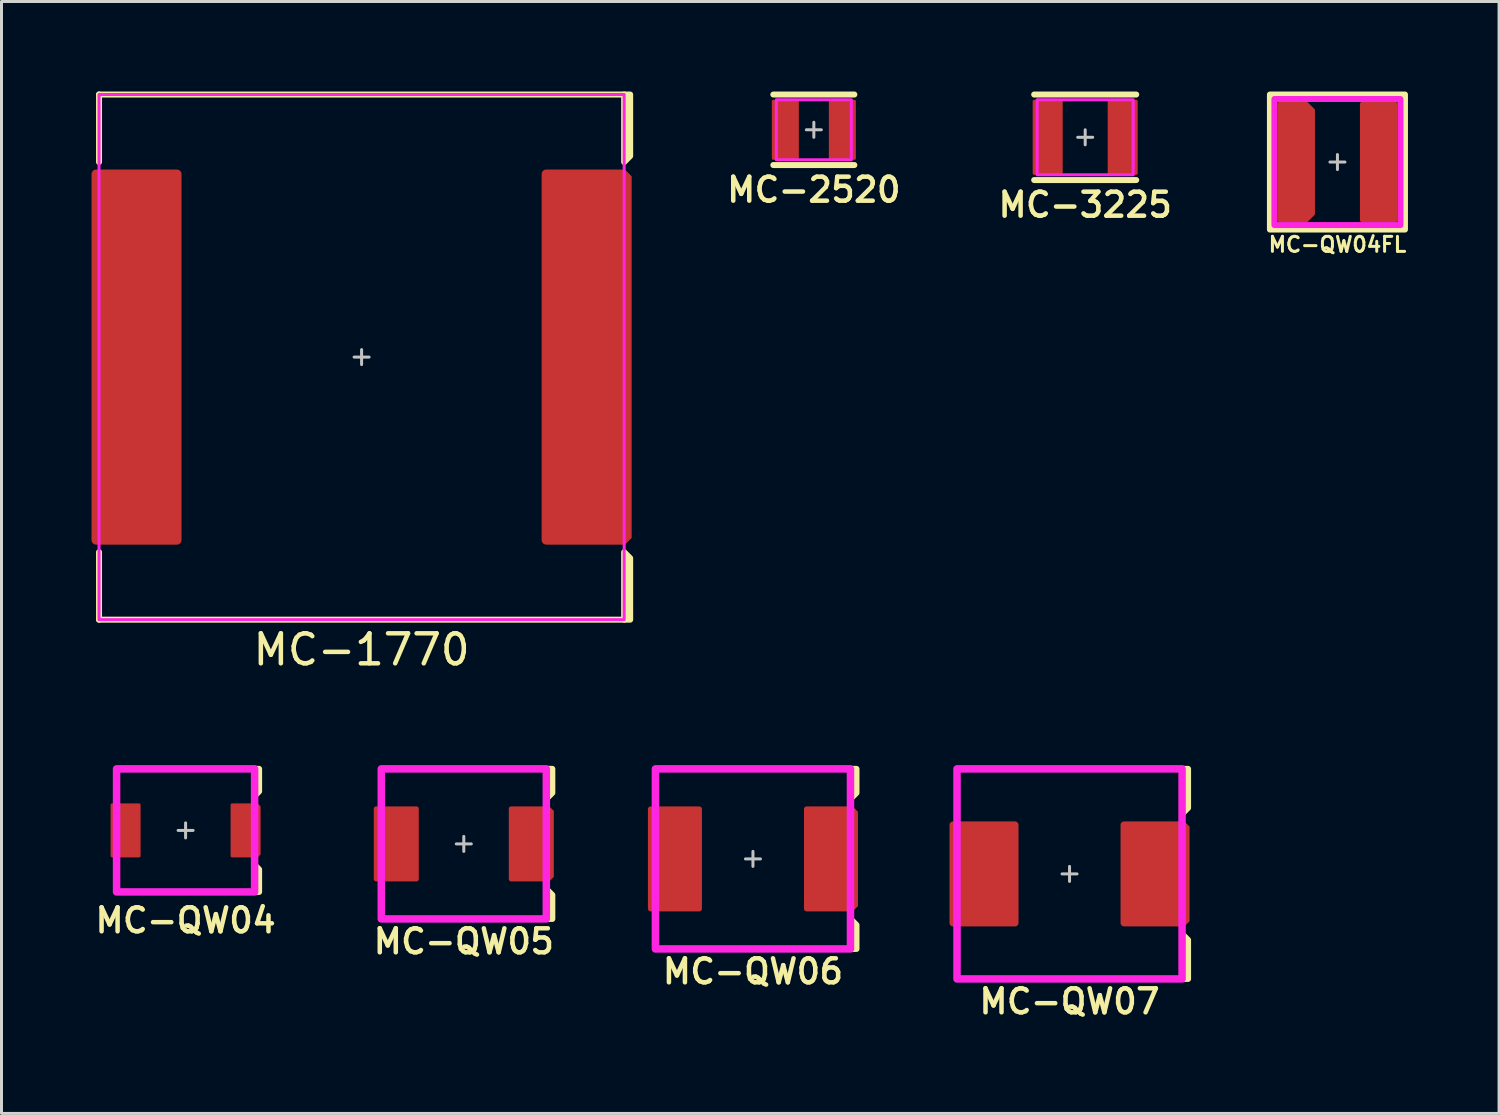
<source format=kicad_pcb>
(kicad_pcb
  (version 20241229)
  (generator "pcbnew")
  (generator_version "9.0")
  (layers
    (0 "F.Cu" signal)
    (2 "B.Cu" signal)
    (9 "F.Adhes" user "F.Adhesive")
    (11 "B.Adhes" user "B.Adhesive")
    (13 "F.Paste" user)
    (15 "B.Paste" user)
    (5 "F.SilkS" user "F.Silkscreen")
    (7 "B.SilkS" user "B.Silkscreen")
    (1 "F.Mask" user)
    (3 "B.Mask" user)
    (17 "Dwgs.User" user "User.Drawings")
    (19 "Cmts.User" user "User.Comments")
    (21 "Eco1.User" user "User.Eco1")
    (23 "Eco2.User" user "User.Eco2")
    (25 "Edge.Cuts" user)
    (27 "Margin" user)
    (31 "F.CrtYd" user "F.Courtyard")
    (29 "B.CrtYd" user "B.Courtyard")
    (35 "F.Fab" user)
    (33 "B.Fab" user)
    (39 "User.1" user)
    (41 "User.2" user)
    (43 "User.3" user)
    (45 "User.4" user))
  (footprint "MC-QW06"
    (layer "F.Cu")
    (at 22.042 25.573)
    (property "Reference" "MC-QW06" (at 0 3.75 0) (unlocked yes) (layer "F.SilkS") (effects (font (size 0.8 0.8) (thickness 0.15))))
    (attr smd)
    (fp_line (start -3.25 -3) (end 3.25 -3) (stroke (width 0.2) (type solid)) (layer "F.SilkS"))
    (fp_line (start -3.25 -2) (end -3.25 -3) (stroke (width 0.2) (type solid)) (layer "F.SilkS"))
    (fp_line (start -3.25 3) (end -3.25 2) (stroke (width 0.2) (type solid)) (layer "F.SilkS"))
    (fp_line (start 3.25 3) (end -3.25 3) (stroke (width 0.2) (type solid)) (layer "F.SilkS"))
    (fp_poly (pts (xy 3.25 -2) (xy 3.45 -2.2) (xy 3.45 -3) (xy 3.25 -3)) (stroke (width 0.2) (type solid)) (fill yes) (layer "F.SilkS"))
    (fp_poly (pts (xy 3.25 2) (xy 3.45 2.2) (xy 3.45 3) (xy 3.25 3)) (stroke (width 0.2) (type solid)) (fill yes) (layer "F.SilkS"))
    (fp_poly (pts (xy -1.85 -0.1) (xy -3.35 -0.1) (xy -3.35 -1.6) (xy -1.85 -1.6)) (stroke (width 0) (type solid)) (fill yes) (layer "F.Paste"))
    (fp_poly (pts (xy -1.85 1.6) (xy -3.35 1.6) (xy -3.35 0.1) (xy -1.85 0.1)) (stroke (width 0) (type solid)) (fill yes) (layer "F.Paste"))
    (fp_poly (pts (xy 1.85 -0.1) (xy 3.35 -0.1) (xy 3.35 -1.5) (xy 3.25 -1.6) (xy 1.85 -1.6)) (stroke (width 0) (type solid)) (fill yes) (layer "F.Paste"))
    (fp_poly (pts (xy 1.85 0.1) (xy 3.35 0.1) (xy 3.35 1.5) (xy 3.25 1.6) (xy 1.85 1.6)) (stroke (width 0) (type solid)) (fill yes) (layer "F.Paste"))
    (fp_line (start -0.25 0) (end 0.25 0) (stroke (width 0.1) (type solid)) (layer "Dwgs.User"))
    (fp_line (start 0 -0.25) (end 0 0.25) (stroke (width 0.1) (type solid)) (layer "Dwgs.User"))
    (fp_rect (start -3.25 -3) (end 3.25 3) (stroke (width 0.25) (type solid)) (fill no) (layer "F.CrtYd"))
    (pad "1" smd roundrect (at 2.6 0 90) (size 3.5 1.8) (layers "F.Cu" "F.Mask") (roundrect_rratio 0.05) (chamfer_ratio 0.1) (chamfer bottom_left bottom_right))
    (pad "2" smd roundrect (at -2.6 0 90) (size 3.5 1.8) (layers "F.Cu" "F.Mask") (roundrect_rratio 0.05)))
  (footprint "MC-2520"
    (layer "F.Cu")
    (at 24.071 1.275)
    (property "Reference" "MC-2520" (at 0 2 0) (unlocked yes) (layer "F.SilkS") (effects (font (size 0.8 0.8) (thickness 0.15))))
    (attr smd)
    (fp_line (start -1.35 -1.175) (end 1.35 -1.175) (stroke (width 0.2) (type solid)) (layer "F.SilkS"))
    (fp_line (start -1.35 1.175) (end 1.35 1.175) (stroke (width 0.2) (type solid)) (layer "F.SilkS"))
    (fp_line (start -0.25 0) (end 0.25 0) (stroke (width 0.1) (type solid)) (layer "Dwgs.User"))
    (fp_line (start 0 -0.25) (end 0 0.25) (stroke (width 0.1) (type solid)) (layer "Dwgs.User"))
    (fp_rect (start -1.25 -1) (end 1.25 1) (stroke (width 0.1) (type solid)) (fill no) (layer "F.CrtYd"))
    (pad "1" smd roundrect (at -0.95 0 90) (size 2 0.9) (layers "F.Cu" "F.Mask" "F.Paste") (roundrect_rratio 0.05))
    (pad "2" smd roundrect (at 0.95 0 90) (size 2 0.9) (layers "F.Cu" "F.Mask" "F.Paste") (roundrect_rratio 0.05)))
  (footprint "MC-QW05"
    (layer "F.Cu")
    (at 12.406 25.073)
    (property "Reference" "MC-QW05" (at 0 3.25 0) (unlocked yes) (layer "F.SilkS") (effects (font (size 0.8 0.8) (thickness 0.15))))
    (attr smd)
    (fp_line (start -2.75 -2.5) (end 2.75 -2.5) (stroke (width 0.2) (type solid)) (layer "F.SilkS"))
    (fp_line (start -2.75 -1.5) (end -2.75 -2.5) (stroke (width 0.2) (type solid)) (layer "F.SilkS"))
    (fp_line (start -2.75 2.5) (end -2.75 1.5) (stroke (width 0.2) (type solid)) (layer "F.SilkS"))
    (fp_line (start 2.75 2.5) (end -2.75 2.5) (stroke (width 0.2) (type solid)) (layer "F.SilkS"))
    (fp_poly (pts (xy 2.75 -1.5) (xy 2.95 -1.7) (xy 2.95 -2.5) (xy 2.75 -2.5)) (stroke (width 0.2) (type solid)) (fill yes) (layer "F.SilkS"))
    (fp_poly (pts (xy 2.75 1.5) (xy 2.95 1.7) (xy 2.95 2.5) (xy 2.75 2.5)) (stroke (width 0.2) (type solid)) (fill yes) (layer "F.SilkS"))
    (fp_poly (pts (xy -1.65 -0.1) (xy -2.85 -0.1) (xy -2.85 -1.1) (xy -1.65 -1.1)) (stroke (width 0) (type solid)) (fill yes) (layer "F.Paste"))
    (fp_poly (pts (xy -1.65 1.1) (xy -2.85 1.1) (xy -2.85 0.1) (xy -1.65 0.1)) (stroke (width 0) (type solid)) (fill yes) (layer "F.Paste"))
    (fp_poly (pts (xy 2.85 -1) (xy 2.85 -0.1) (xy 1.65 -0.1) (xy 1.65 -1.1) (xy 2.75 -1.1)) (stroke (width 0) (type solid)) (fill yes) (layer "F.Paste"))
    (fp_poly (pts (xy 2.85 1) (xy 2.85 0.1) (xy 1.65 0.1) (xy 1.65 1.1) (xy 2.75 1.1)) (stroke (width 0) (type solid)) (fill yes) (layer "F.Paste"))
    (fp_line (start -0.25 0) (end 0.25 0) (stroke (width 0.1) (type solid)) (layer "Dwgs.User"))
    (fp_line (start 0 -0.25) (end 0 0.25) (stroke (width 0.1) (type solid)) (layer "Dwgs.User"))
    (fp_rect (start -2.75 -2.5) (end 2.75 2.5) (stroke (width 0.25) (type solid)) (fill no) (layer "F.CrtYd"))
    (pad "1" smd roundrect (at 2.25 0 90) (size 2.5 1.5) (layers "F.Cu" "F.Mask") (roundrect_rratio 0.05) (chamfer_ratio 0.1) (chamfer bottom_left bottom_right))
    (pad "2" smd roundrect (at -2.25 0 90) (size 2.5 1.5) (layers "F.Cu" "F.Mask") (roundrect_rratio 0.05)))
  (footprint "MC-1770"
    (layer "F.Cu")
    (at 9 8.85)
    (property "Reference" "MC-1770" (at 0 9.75 0) (unlocked yes) (layer "F.SilkS") (effects (font (size 1 1) (thickness 0.15))))
    (attr smd)
    (fp_line (start -8.75 -8.75) (end 8.75 -8.75) (stroke (width 0.2) (type solid)) (layer "F.SilkS"))
    (fp_line (start -8.75 -6.5) (end -8.75 -8.75) (stroke (width 0.2) (type solid)) (layer "F.SilkS"))
    (fp_line (start -8.75 8.75) (end -8.75 6.5) (stroke (width 0.2) (type solid)) (layer "F.SilkS"))
    (fp_line (start 8.75 8.75) (end -8.75 8.75) (stroke (width 0.2) (type solid)) (layer "F.SilkS"))
    (fp_poly (pts (xy 8.75 -6.5) (xy 8.95 -6.7) (xy 8.95 -8.75) (xy 8.75 -8.75)) (stroke (width 0.2) (type solid)) (fill yes) (layer "F.SilkS"))
    (fp_poly (pts (xy 8.75 6.5) (xy 8.95 6.7) (xy 8.95 8.75) (xy 8.75 8.75)) (stroke (width 0.2) (type solid)) (fill yes) (layer "F.SilkS"))
    (fp_poly (pts (xy -8.85 4.35) (xy -7.6 4.35) (xy -7.6 6.1) (xy -8.85 6.1)) (stroke (width 0) (type solid)) (fill yes) (layer "F.Paste"))
    (fp_poly (pts (xy -8.85 -6.1) (xy -7.6 -6.1) (xy -7.6 -4.35) (xy -8.85 -4.35)) (stroke (width 0) (type solid)) (fill yes) (layer "F.Paste"))
    (fp_poly (pts (xy -8.85 -4.15) (xy -7.6 -4.15) (xy -7.6 -2.4) (xy -8.85 -2.4)) (stroke (width 0) (type solid)) (fill yes) (layer "F.Paste"))
    (fp_poly (pts (xy -8.85 -2.2) (xy -7.6 -2.2) (xy -7.6 -0.15) (xy -8.85 -0.15)) (stroke (width 0) (type solid)) (fill yes) (layer "F.Paste"))
    (fp_poly (pts (xy -8.85 0.15) (xy -7.6 0.15) (xy -7.6 2.2) (xy -8.85 2.2)) (stroke (width 0) (type solid)) (fill yes) (layer "F.Paste"))
    (fp_poly (pts (xy -8.85 2.4) (xy -7.6 2.4) (xy -7.6 4.15) (xy -8.85 4.15)) (stroke (width 0) (type solid)) (fill yes) (layer "F.Paste"))
    (fp_poly (pts (xy -7.4 -6.1) (xy -6.15 -6.1) (xy -6.15 -4.35) (xy -7.4 -4.35)) (stroke (width 0) (type solid)) (fill yes) (layer "F.Paste"))
    (fp_poly (pts (xy -7.4 -4.15) (xy -6.15 -4.15) (xy -6.15 -2.4) (xy -7.4 -2.4)) (stroke (width 0) (type solid)) (fill yes) (layer "F.Paste"))
    (fp_poly (pts (xy -7.4 -2.2) (xy -6.15 -2.2) (xy -6.15 -0.15) (xy -7.4 -0.15)) (stroke (width 0) (type solid)) (fill yes) (layer "F.Paste"))
    (fp_poly (pts (xy -7.4 0.15) (xy -6.15 0.15) (xy -6.15 2.2) (xy -7.4 2.2)) (stroke (width 0) (type solid)) (fill yes) (layer "F.Paste"))
    (fp_poly (pts (xy -7.4 2.4) (xy -6.15 2.4) (xy -6.15 4.15) (xy -7.4 4.15)) (stroke (width 0) (type solid)) (fill yes) (layer "F.Paste"))
    (fp_poly (pts (xy -7.4 4.35) (xy -6.15 4.35) (xy -6.15 6.1) (xy -7.4 6.1)) (stroke (width 0) (type solid)) (fill yes) (layer "F.Paste"))
    (fp_poly (pts (xy 6.15 -6.1) (xy 7.4 -6.1) (xy 7.4 -4.35) (xy 6.15 -4.35)) (stroke (width 0) (type solid)) (fill yes) (layer "F.Paste"))
    (fp_poly (pts (xy 6.15 -4.15) (xy 7.4 -4.15) (xy 7.4 -2.4) (xy 6.15 -2.4)) (stroke (width 0) (type solid)) (fill yes) (layer "F.Paste"))
    (fp_poly (pts (xy 6.15 -2.2) (xy 7.4 -2.2) (xy 7.4 -0.15) (xy 6.15 -0.15)) (stroke (width 0) (type solid)) (fill yes) (layer "F.Paste"))
    (fp_poly (pts (xy 6.15 0.15) (xy 7.4 0.15) (xy 7.4 2.2) (xy 6.15 2.2)) (stroke (width 0) (type solid)) (fill yes) (layer "F.Paste"))
    (fp_poly (pts (xy 6.15 2.4) (xy 7.4 2.4) (xy 7.4 4.15) (xy 6.15 4.15)) (stroke (width 0) (type solid)) (fill yes) (layer "F.Paste"))
    (fp_poly (pts (xy 6.15 4.35) (xy 7.4 4.35) (xy 7.4 6.1) (xy 6.15 6.1)) (stroke (width 0) (type solid)) (fill yes) (layer "F.Paste"))
    (fp_poly (pts (xy 7.6 -4.15) (xy 8.85 -4.15) (xy 8.85 -2.4) (xy 7.6 -2.4)) (stroke (width 0) (type solid)) (fill yes) (layer "F.Paste"))
    (fp_poly (pts (xy 7.6 -2.2) (xy 8.85 -2.2) (xy 8.85 -0.15) (xy 7.6 -0.15)) (stroke (width 0) (type solid)) (fill yes) (layer "F.Paste"))
    (fp_poly (pts (xy 7.6 2.4) (xy 8.85 2.4) (xy 8.85 4.15) (xy 7.6 4.15)) (stroke (width 0) (type solid)) (fill yes) (layer "F.Paste"))
    (fp_poly (pts (xy 7.6 0.15) (xy 8.85 0.15) (xy 8.85 2.2) (xy 7.6 2.2)) (stroke (width 0) (type solid)) (fill yes) (layer "F.Paste"))
    (fp_poly (pts (xy 7.6 -4.35) (xy 8.85 -4.35) (xy 8.85 -6) (xy 8.75 -6.1) (xy 7.6 -6.1)) (stroke (width 0) (type solid)) (fill yes) (layer "F.Paste"))
    (fp_poly (pts (xy 7.6 4.35) (xy 8.85 4.35) (xy 8.85 6) (xy 8.75 6.1) (xy 7.6 6.1)) (stroke (width 0) (type solid)) (fill yes) (layer "F.Paste"))
    (fp_line (start -0.25 0) (end 0.25 0) (stroke (width 0.1) (type solid)) (layer "Dwgs.User"))
    (fp_line (start 0 -0.25) (end 0 0.25) (stroke (width 0.1) (type solid)) (layer "Dwgs.User"))
    (fp_poly (pts (xy 8.75 8.75) (xy -8.75 8.75) (xy -8.75 -8.75) (xy 8.75 -8.75)) (stroke (width 0.1) (type solid)) (fill no) (layer "F.CrtYd"))
    (pad "1" smd roundrect (at 7.5 0 90) (size 12.5 3) (layers "F.Cu" "F.Mask") (roundrect_rratio 0.05) (chamfer_ratio 0.075) (chamfer bottom_left bottom_right))
    (pad "2" smd roundrect (at -7.5 0 90) (size 12.5 3) (layers "F.Cu" "F.Mask") (roundrect_rratio 0.05)))
  (footprint "MC-QW07"
    (layer "F.Cu")
    (at 32.592 26.073)
    (property "Reference" "MC-QW07" (at 0 4.25 0) (unlocked yes) (layer "F.SilkS") (effects (font (size 0.8 0.8) (thickness 0.15) (bold yes))))
    (attr smd)
    (fp_line (start -3.75 -3.5) (end 3.75 -3.5) (stroke (width 0.2) (type solid)) (layer "F.SilkS"))
    (fp_line (start -3.75 -2) (end -3.75 -3.5) (stroke (width 0.2) (type solid)) (layer "F.SilkS"))
    (fp_line (start -3.75 3.5) (end -3.75 2) (stroke (width 0.2) (type solid)) (layer "F.SilkS"))
    (fp_line (start 3.75 3.5) (end -3.75 3.5) (stroke (width 0.2) (type solid)) (layer "F.SilkS"))
    (fp_poly (pts (xy 3.75 -2) (xy 3.95 -2.2) (xy 3.95 -3.5) (xy 3.75 -3.5)) (stroke (width 0.2) (type solid)) (fill yes) (layer "F.SilkS"))
    (fp_poly (pts (xy 3.75 2) (xy 3.95 2.2) (xy 3.95 3.5) (xy 3.75 3.5)) (stroke (width 0.2) (type solid)) (fill yes) (layer "F.SilkS"))
    (fp_poly (pts (xy -3.85 -1.6) (xy -2.95 -1.6) (xy -2.95 -0.1) (xy -3.85 -0.1)) (stroke (width 0) (type solid)) (fill yes) (layer "F.Paste"))
    (fp_poly (pts (xy -3.85 0.1) (xy -2.95 0.1) (xy -2.95 1.6) (xy -3.85 1.6)) (stroke (width 0) (type solid)) (fill yes) (layer "F.Paste"))
    (fp_poly (pts (xy -2.75 -1.6) (xy -1.85 -1.6) (xy -1.85 -0.1) (xy -2.75 -0.1)) (stroke (width 0) (type solid)) (fill yes) (layer "F.Paste"))
    (fp_poly (pts (xy -2.75 0.1) (xy -1.85 0.1) (xy -1.85 1.6) (xy -2.75 1.6)) (stroke (width 0) (type solid)) (fill yes) (layer "F.Paste"))
    (fp_poly (pts (xy 1.85 -1.6) (xy 2.75 -1.6) (xy 2.75 -0.1) (xy 1.85 -0.1)) (stroke (width 0) (type solid)) (fill yes) (layer "F.Paste"))
    (fp_poly (pts (xy 1.85 0.1) (xy 2.75 0.1) (xy 2.75 1.6) (xy 1.85 1.6)) (stroke (width 0) (type solid)) (fill yes) (layer "F.Paste"))
    (fp_poly (pts (xy 2.95 -0.1) (xy 3.85 -0.1) (xy 3.85 -1.5) (xy 3.75 -1.6) (xy 2.95 -1.6)) (stroke (width 0) (type solid)) (fill yes) (layer "F.Paste"))
    (fp_poly (pts (xy 2.95 0.1) (xy 3.85 0.1) (xy 3.85 1.5) (xy 3.75 1.6) (xy 2.95 1.6)) (stroke (width 0) (type solid)) (fill yes) (layer "F.Paste"))
    (fp_line (start -0.25 0) (end 0.25 0) (stroke (width 0.1) (type solid)) (layer "Dwgs.User"))
    (fp_line (start 0 -0.25) (end 0 0.25) (stroke (width 0.1) (type solid)) (layer "Dwgs.User"))
    (fp_rect (start -3.75 -3.5) (end 3.75 3.5) (stroke (width 0.25) (type solid)) (fill no) (layer "F.CrtYd"))
    (pad "1" smd roundrect (at 2.85 0 90) (size 3.5 2.3) (layers "F.Cu" "F.Mask") (roundrect_rratio 0.05) (chamfer_ratio 0.075) (chamfer bottom_left bottom_right))
    (pad "2" smd roundrect (at -2.85 0 90) (size 3.5 2.3) (layers "F.Cu" "F.Mask") (roundrect_rratio 0.05)))
  (footprint "MC-QW04FL"
    (layer "F.Cu")
    (at 41.52 2.35)
    (property "Reference" "MC-QW04FL" (at 0 2.75 0) (unlocked yes) (layer "F.SilkS") (effects (font (size 0.5 0.5) (thickness 0.1))))
    (attr smd)
    (fp_rect (start -2.25 -2.25) (end 2.25 2.25) (stroke (width 0.2) (type default)) (fill no) (layer "F.SilkS"))
    (fp_rect (start 0.85 -1.9) (end 1.9 -0.125) (stroke (width 0) (type solid)) (fill yes) (layer "F.Paste"))
    (fp_rect (start 0.85 0.125) (end 1.9 1.9) (stroke (width 0) (type solid)) (fill yes) (layer "F.Paste"))
    (fp_poly (pts (xy -1.9 1.9) (xy -1.05 1.9) (xy -0.85 1.7) (xy -0.85 0.125) (xy -1.9 0.125)) (stroke (width 0) (type solid)) (fill yes) (layer "F.Paste"))
    (fp_poly (pts (xy -1.9 -1.9) (xy -1.05 -1.9) (xy -0.85 -1.7) (xy -0.85 -0.125) (xy -1.9 -0.125)) (stroke (width 0) (type solid)) (fill yes) (layer "F.Paste"))
    (fp_line (start -0.25 0) (end 0.25 0) (stroke (width 0.1) (type default)) (layer "Dwgs.User"))
    (fp_line (start 0 -0.25) (end 0 0.25) (stroke (width 0.1) (type default)) (layer "Dwgs.User"))
    (fp_rect (start -2.1 -2.1) (end 2.1 2.1) (stroke (width 0.2) (type default)) (fill no) (layer "F.CrtYd"))
    (pad "1" smd roundrect (at -1.375 0) (size 1.25 4) (layers "F.Cu" "F.Mask") (roundrect_rratio 0.05) (chamfer_ratio 0.2) (chamfer top_right bottom_right))
    (pad "2" smd roundrect (at 1.375 0) (size 1.25 4) (layers "F.Cu" "F.Mask") (roundrect_rratio 0.05)))
  (footprint "MC-QW04"
    (layer "F.Cu")
    (at 3.135 24.623)
    (property "Reference" "MC-QW04" (at 0 3 0) (unlocked yes) (layer "F.SilkS") (effects (font (size 0.8 0.8) (thickness 0.15))))
    (attr smd)
    (fp_line (start -2.3 -2.05) (end -2.3 -1.15) (stroke (width 0.2) (type solid)) (layer "F.SilkS"))
    (fp_line (start -2.3 1.15) (end -2.3 2.05) (stroke (width 0.2) (type solid)) (layer "F.SilkS"))
    (fp_line (start -2.3 2.05) (end 2.3 2.05) (stroke (width 0.2) (type solid)) (layer "F.SilkS"))
    (fp_line (start 2.3 -2.05) (end -2.3 -2.05) (stroke (width 0.2) (type solid)) (layer "F.SilkS"))
    (fp_poly (pts (xy 2.3 -1.15) (xy 2.45 -1.3) (xy 2.45 -2.05) (xy 2.3 -2.05)) (stroke (width 0.2) (type solid)) (fill yes) (layer "F.SilkS"))
    (fp_poly (pts (xy 2.3 1.15) (xy 2.45 1.3) (xy 2.45 2.05) (xy 2.3 2.05)) (stroke (width 0.2) (type solid)) (fill yes) (layer "F.SilkS"))
    (fp_rect (start -2.4 -0.8) (end -1.6 -0.075) (stroke (width 0) (type solid)) (fill yes) (layer "F.Paste"))
    (fp_rect (start -2.4 0.075) (end -1.6 0.8) (stroke (width 0) (type solid)) (fill yes) (layer "F.Paste"))
    (fp_poly (pts (xy 2.4 -0.75) (xy 2.4 -0.075) (xy 1.6 -0.075) (xy 1.6 -0.8) (xy 2.35 -0.8)) (stroke (width 0) (type solid)) (fill yes) (layer "F.Paste"))
    (fp_poly (pts (xy 2.4 0.75) (xy 2.4 0.075) (xy 1.6 0.075) (xy 1.6 0.8) (xy 2.35 0.8)) (stroke (width 0) (type solid)) (fill yes) (layer "F.Paste"))
    (fp_line (start -0.25 0) (end 0.25 0) (stroke (width 0.1) (type solid)) (layer "Dwgs.User"))
    (fp_line (start 0 -0.25) (end 0 0.25) (stroke (width 0.1) (type solid)) (layer "Dwgs.User"))
    (fp_rect (start -2.3 -2.05) (end 2.3 2.05) (stroke (width 0.25) (type solid)) (fill no) (layer "F.CrtYd"))
    (pad "1" smd roundrect (at 2 0 90) (size 1.8 1) (layers "F.Cu" "F.Mask") (roundrect_rratio 0.05) (chamfer_ratio 0.1) (chamfer bottom_left bottom_right))
    (pad "2" smd roundrect (at -2 0 90) (size 1.8 1) (layers "F.Cu" "F.Mask") (roundrect_rratio 0.05)))
  (footprint "MC-3225"
    (layer "F.Cu")
    (at 33.114 1.525)
    (property "Reference" "MC-3225" (at 0 2.25 0) (unlocked yes) (layer "F.SilkS") (effects (font (size 0.8 0.8) (thickness 0.15))))
    (attr smd)
    (fp_line (start -1.7 -1.425) (end 1.7 -1.425) (stroke (width 0.2) (type solid)) (layer "F.SilkS"))
    (fp_line (start -1.7 1.425) (end 1.7 1.425) (stroke (width 0.2) (type solid)) (layer "F.SilkS"))
    (fp_line (start -0.25 0) (end 0.25 0) (stroke (width 0.1) (type solid)) (layer "Dwgs.User"))
    (fp_line (start 0 -0.25) (end 0 0.25) (stroke (width 0.1) (type solid)) (layer "Dwgs.User"))
    (fp_rect (start -1.6 -1.25) (end 1.6 1.25) (stroke (width 0.1) (type solid)) (fill no) (layer "F.CrtYd"))
    (pad "1" smd roundrect (at -1.25 0 90) (size 2.5 1) (layers "F.Cu" "F.Mask" "F.Paste") (roundrect_rratio 0.05))
    (pad "2" smd roundrect (at 1.25 0 90) (size 2.5 1) (layers "F.Cu" "F.Mask" "F.Paste") (roundrect_rratio 0.05)))
  (gr_rect
    (start -3 -3)
    (end 46.906 34.054)
    (stroke (width 0.1) (type default))
    (fill no)
    (layer "Edge.Cuts")))
</source>
